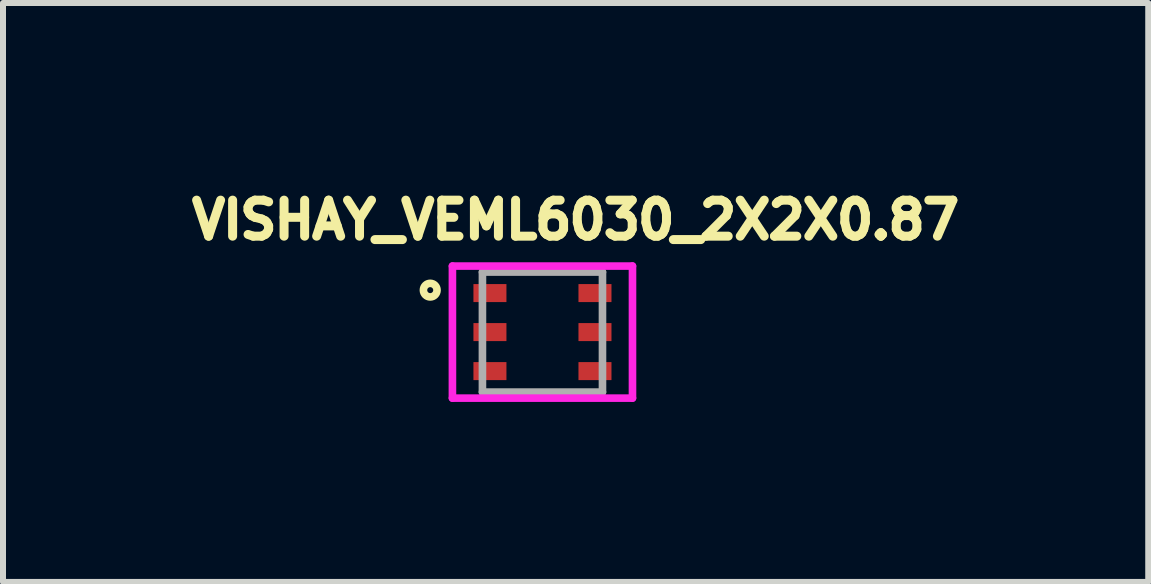
<source format=kicad_pcb>
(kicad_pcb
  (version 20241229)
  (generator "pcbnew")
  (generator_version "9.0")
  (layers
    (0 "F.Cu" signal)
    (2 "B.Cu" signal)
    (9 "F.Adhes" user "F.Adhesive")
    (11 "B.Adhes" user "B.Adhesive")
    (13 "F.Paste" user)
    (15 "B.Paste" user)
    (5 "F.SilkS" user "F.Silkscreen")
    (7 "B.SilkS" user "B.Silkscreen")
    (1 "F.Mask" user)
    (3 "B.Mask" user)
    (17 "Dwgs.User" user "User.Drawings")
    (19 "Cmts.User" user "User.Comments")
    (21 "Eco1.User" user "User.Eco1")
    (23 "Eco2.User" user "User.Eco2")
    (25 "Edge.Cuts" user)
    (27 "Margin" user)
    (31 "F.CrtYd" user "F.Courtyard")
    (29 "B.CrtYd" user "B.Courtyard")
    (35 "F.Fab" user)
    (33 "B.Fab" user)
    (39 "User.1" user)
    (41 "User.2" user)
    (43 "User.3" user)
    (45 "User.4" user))
  (footprint "VISHAY_VEML6030_2X2X0.87"
    (layer "F.Cu")
    (at 5.988 2.483)
    (property "Reference" "VISHAY_VEML6030_2X2X0.87" (at 0.552 -1.868 0) (layer "F.SilkS") (effects (font (size 0.6 0.6) (thickness 0.15))))
    (attr smd)
    (fp_circle (center -1.87 -0.699) (end -1.82 -0.699) (stroke (width 0.127) (type solid)) (fill no) (layer "F.SilkS"))
    (fp_line (start -1.5 -1.1) (end 1.5 -1.1) (stroke (width 0.127) (type solid)) (layer "F.CrtYd"))
    (fp_line (start -1.5 1.1) (end -1.5 -1.1) (stroke (width 0.127) (type solid)) (layer "F.CrtYd"))
    (fp_line (start 1.5 -1.1) (end 1.5 1.1) (stroke (width 0.127) (type solid)) (layer "F.CrtYd"))
    (fp_line (start 1.5 1.1) (end -1.5 1.1) (stroke (width 0.127) (type solid)) (layer "F.CrtYd"))
    (fp_line (start -1 -1) (end 1 -1) (stroke (width 0.127) (type solid)) (layer "F.Fab"))
    (fp_line (start -1 1) (end -1 -1) (stroke (width 0.127) (type solid)) (layer "F.Fab"))
    (fp_line (start 1 -1) (end 1 1) (stroke (width 0.127) (type solid)) (layer "F.Fab"))
    (fp_line (start 1 1) (end -1 1) (stroke (width 0.127) (type solid)) (layer "F.Fab"))
    (pad "1" smd rect (at -0.875 -0.65) (size 0.55 0.3) (layers "F.Cu" "F.Mask" "F.Paste"))
    (pad "2" smd rect (at -0.875 0) (size 0.55 0.3) (layers "F.Cu" "F.Mask" "F.Paste"))
    (pad "3" smd rect (at -0.875 0.65) (size 0.55 0.3) (layers "F.Cu" "F.Mask" "F.Paste"))
    (pad "4" smd rect (at 0.875 0.65) (size 0.55 0.3) (layers "F.Cu" "F.Mask" "F.Paste"))
    (pad "5" smd rect (at 0.875 0) (size 0.55 0.3) (layers "F.Cu" "F.Mask" "F.Paste"))
    (pad "6" smd rect (at 0.875 -0.65) (size 0.55 0.3) (layers "F.Cu" "F.Mask" "F.Paste")))
  (gr_rect
    (start -3 -3)
    (end 16.081 6.646)
    (stroke (width 0.1) (type default))
    (fill no)
    (layer "Edge.Cuts")))
</source>
